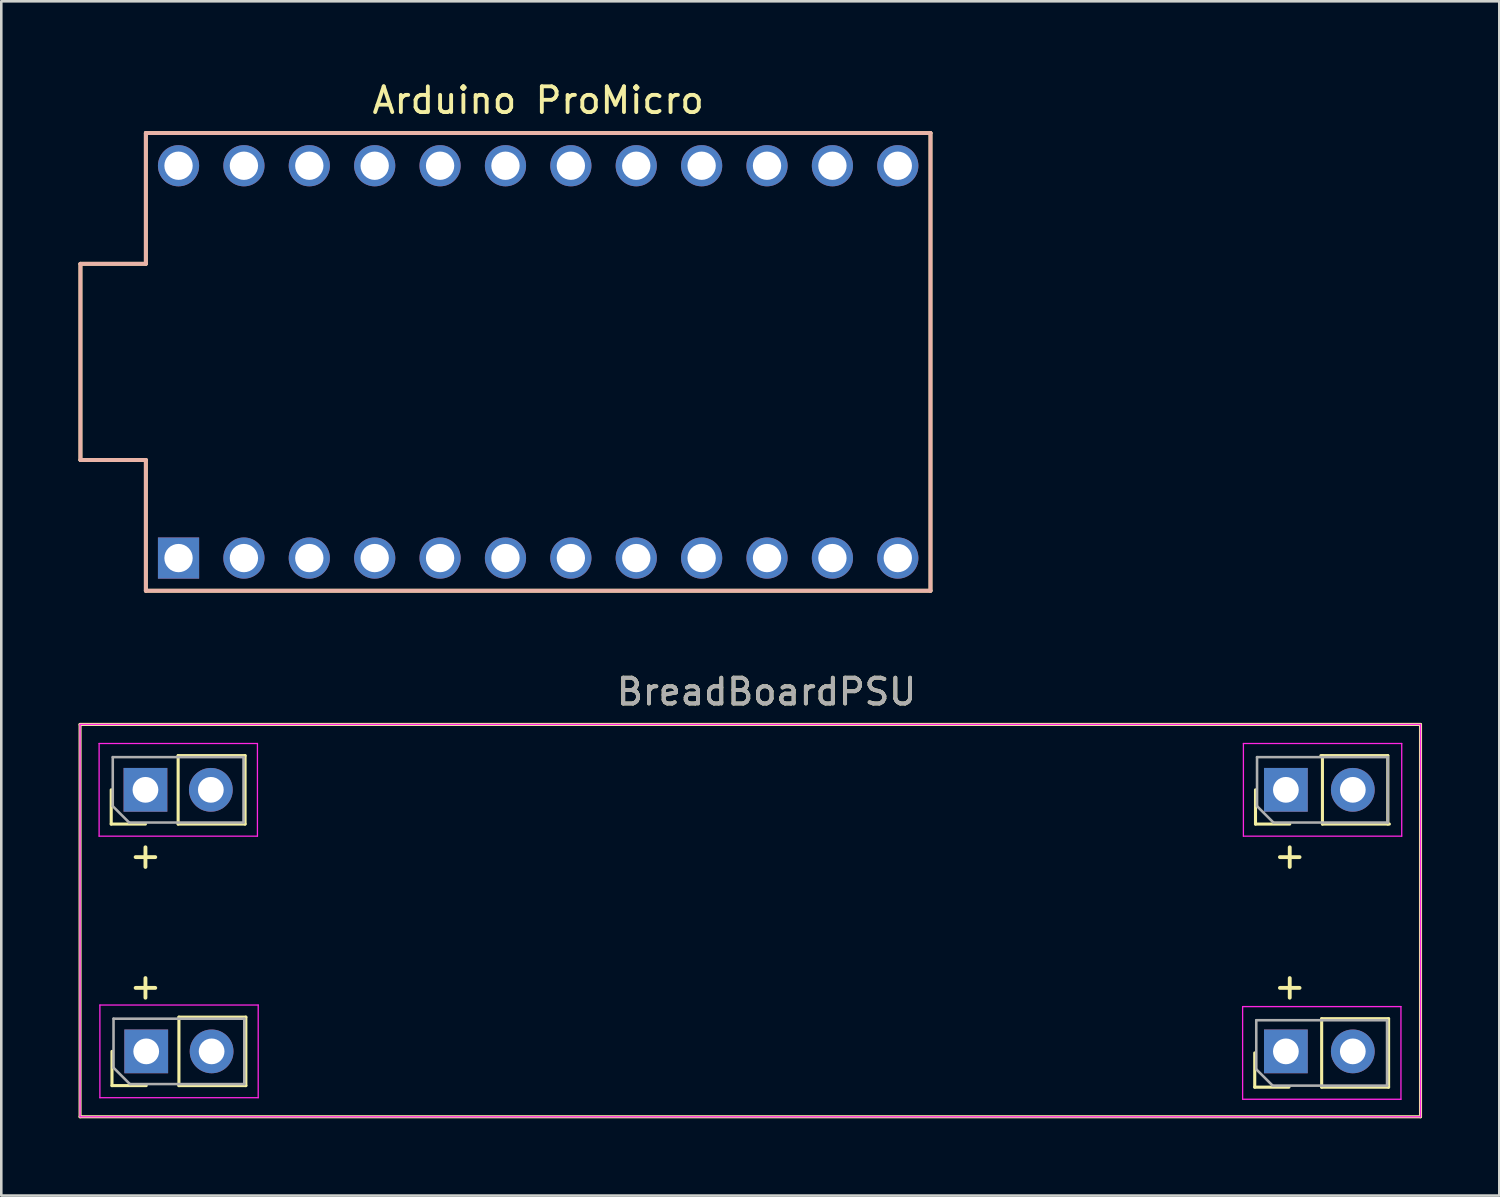
<source format=kicad_pcb>
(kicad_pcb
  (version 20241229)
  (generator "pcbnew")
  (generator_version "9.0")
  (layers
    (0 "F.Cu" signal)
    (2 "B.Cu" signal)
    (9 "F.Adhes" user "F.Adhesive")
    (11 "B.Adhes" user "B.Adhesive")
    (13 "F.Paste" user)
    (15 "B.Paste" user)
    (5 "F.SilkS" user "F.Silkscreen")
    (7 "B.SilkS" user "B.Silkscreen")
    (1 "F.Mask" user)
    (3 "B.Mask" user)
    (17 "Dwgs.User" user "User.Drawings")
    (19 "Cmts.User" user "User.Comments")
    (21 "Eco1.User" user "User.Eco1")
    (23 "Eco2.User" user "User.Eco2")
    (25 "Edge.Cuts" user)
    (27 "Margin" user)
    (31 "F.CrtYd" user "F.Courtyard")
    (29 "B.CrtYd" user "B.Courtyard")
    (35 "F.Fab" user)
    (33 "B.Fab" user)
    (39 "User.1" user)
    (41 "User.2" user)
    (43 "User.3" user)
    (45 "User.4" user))
  (footprint "Arduino ProMicro"
    (layer "F.Cu")
    (at 17.855 11.008)
    (property "Reference" "Arduino ProMicro" (at 0 -10.16 0) (layer "F.SilkS") (effects (font (size 1 1) (thickness 0.15))))
    (attr through_hole)
    (fp_line (start -17.78 -3.81) (end -15.24 -3.81) (stroke (width 0.15) (type solid)) (layer "F.SilkS"))
    (fp_line (start -17.78 3.81) (end -17.78 -3.81) (stroke (width 0.15) (type solid)) (layer "F.SilkS"))
    (fp_line (start -15.24 -8.89) (end 15.24 -8.89) (stroke (width 0.15) (type solid)) (layer "F.SilkS"))
    (fp_line (start -15.24 -3.81) (end -15.24 -8.89) (stroke (width 0.15) (type solid)) (layer "F.SilkS"))
    (fp_line (start -15.24 3.81) (end -17.78 3.81) (stroke (width 0.15) (type solid)) (layer "F.SilkS"))
    (fp_line (start -15.24 8.89) (end -15.24 3.81) (stroke (width 0.15) (type solid)) (layer "F.SilkS"))
    (fp_line (start -15.24 8.89) (end 15.24 8.89) (stroke (width 0.15) (type solid)) (layer "F.SilkS"))
    (fp_line (start 15.24 -8.89) (end 15.24 8.89) (stroke (width 0.15) (type solid)) (layer "F.SilkS"))
    (fp_line (start -17.78 -3.81) (end -15.24 -3.81) (stroke (width 0.15) (type solid)) (layer "B.SilkS"))
    (fp_line (start -17.78 3.81) (end -17.78 -3.81) (stroke (width 0.15) (type solid)) (layer "B.SilkS"))
    (fp_line (start -15.24 -8.89) (end 15.24 -8.89) (stroke (width 0.15) (type solid)) (layer "B.SilkS"))
    (fp_line (start -15.24 -3.81) (end -15.24 -8.89) (stroke (width 0.15) (type solid)) (layer "B.SilkS"))
    (fp_line (start -15.24 3.81) (end -17.78 3.81) (stroke (width 0.15) (type solid)) (layer "B.SilkS"))
    (fp_line (start -15.24 8.89) (end -15.24 3.81) (stroke (width 0.15) (type solid)) (layer "B.SilkS"))
    (fp_line (start 15.24 -8.89) (end 15.24 8.89) (stroke (width 0.15) (type solid)) (layer "B.SilkS"))
    (fp_line (start 15.24 8.89) (end -15.24 8.89) (stroke (width 0.15) (type solid)) (layer "B.SilkS"))
    (pad "1" thru_hole rect (at -13.97 7.62) (size 1.6 1.6) (drill 1.1) (layers "*.Cu" "*.Mask"))
    (pad "2" thru_hole circle (at -11.43 7.62) (size 1.6 1.6) (drill 1.1) (layers "*.Cu" "*.Mask"))
    (pad "3" thru_hole circle (at -8.89 7.62) (size 1.6 1.6) (drill 1.1) (layers "*.Cu" "*.Mask"))
    (pad "4" thru_hole circle (at -6.35 7.62) (size 1.6 1.6) (drill 1.1) (layers "*.Cu" "*.Mask"))
    (pad "5" thru_hole circle (at -3.81 7.62) (size 1.6 1.6) (drill 1.1) (layers "*.Cu" "*.Mask"))
    (pad "6" thru_hole circle (at -1.27 7.62) (size 1.6 1.6) (drill 1.1) (layers "*.Cu" "*.Mask"))
    (pad "7" thru_hole circle (at 1.27 7.62) (size 1.6 1.6) (drill 1.1) (layers "*.Cu" "*.Mask"))
    (pad "8" thru_hole circle (at 3.81 7.62) (size 1.6 1.6) (drill 1.1) (layers "*.Cu" "*.Mask"))
    (pad "9" thru_hole circle (at 6.35 7.62) (size 1.6 1.6) (drill 1.1) (layers "*.Cu" "*.Mask"))
    (pad "10" thru_hole circle (at 8.89 7.62) (size 1.6 1.6) (drill 1.1) (layers "*.Cu" "*.Mask"))
    (pad "11" thru_hole circle (at 11.43 7.62) (size 1.6 1.6) (drill 1.1) (layers "*.Cu" "*.Mask"))
    (pad "12" thru_hole circle (at 13.97 7.62) (size 1.6 1.6) (drill 1.1) (layers "*.Cu" "*.Mask"))
    (pad "13" thru_hole circle (at 13.97 -7.62) (size 1.6 1.6) (drill 1.1) (layers "*.Cu" "*.Mask"))
    (pad "14" thru_hole circle (at 11.43 -7.62) (size 1.6 1.6) (drill 1.1) (layers "*.Cu" "*.Mask"))
    (pad "15" thru_hole circle (at 8.89 -7.62) (size 1.6 1.6) (drill 1.1) (layers "*.Cu" "*.Mask"))
    (pad "16" thru_hole circle (at 6.35 -7.62) (size 1.6 1.6) (drill 1.1) (layers "*.Cu" "*.Mask"))
    (pad "17" thru_hole circle (at 3.81 -7.62) (size 1.6 1.6) (drill 1.1) (layers "*.Cu" "*.Mask"))
    (pad "18" thru_hole circle (at 1.27 -7.62) (size 1.6 1.6) (drill 1.1) (layers "*.Cu" "*.Mask"))
    (pad "19" thru_hole circle (at -1.27 -7.62) (size 1.6 1.6) (drill 1.1) (layers "*.Cu" "*.Mask"))
    (pad "20" thru_hole circle (at -3.81 -7.62) (size 1.6 1.6) (drill 1.1) (layers "*.Cu" "*.Mask"))
    (pad "21" thru_hole circle (at -6.35 -7.62) (size 1.6 1.6) (drill 1.1) (layers "*.Cu" "*.Mask"))
    (pad "22" thru_hole circle (at -8.89 -7.62) (size 1.6 1.6) (drill 1.1) (layers "*.Cu" "*.Mask"))
    (pad "23" thru_hole circle (at -11.43 -7.62) (size 1.6 1.6) (drill 1.1) (layers "*.Cu" "*.Mask"))
    (pad "24" thru_hole circle (at -13.97 -7.62) (size 1.6 1.6) (drill 1.1) (layers "*.Cu" "*.Mask")))
  (footprint "BreadBoardPSU"
    (layer "F.Cu")
    (at 2.6 27.631)
    (property "Reference" "BreadBoardPSU" (at 24.13 -3.81 0) (unlocked yes) (layer "F.SilkS") (effects (font (size 1 1) (thickness 0.15))))
    (attr through_hole)
    (fp_line (start -2.54 -2.54) (end -2.54 12.7) (stroke (width 0.12) (type solid)) (layer "F.SilkS"))
    (fp_line (start -2.54 12.7) (end 49.53 12.7) (stroke (width 0.12) (type solid)) (layer "F.SilkS"))
    (fp_line (start -1.33 1.33) (end -1.33 0) (stroke (width 0.12) (type solid)) (layer "F.SilkS"))
    (fp_line (start -1.3 11.49) (end -1.3 10.16) (stroke (width 0.12) (type solid)) (layer "F.SilkS"))
    (fp_line (start 0 1.33) (end -1.33 1.33) (stroke (width 0.12) (type solid)) (layer "F.SilkS"))
    (fp_line (start 0.03 11.49) (end -1.3 11.49) (stroke (width 0.12) (type solid)) (layer "F.SilkS"))
    (fp_line (start 1.27 -1.33) (end 3.87 -1.33) (stroke (width 0.12) (type solid)) (layer "F.SilkS"))
    (fp_line (start 1.27 1.33) (end 1.27 -1.33) (stroke (width 0.12) (type solid)) (layer "F.SilkS"))
    (fp_line (start 1.27 1.33) (end 3.87 1.33) (stroke (width 0.12) (type solid)) (layer "F.SilkS"))
    (fp_line (start 1.3 8.83) (end 3.9 8.83) (stroke (width 0.12) (type solid)) (layer "F.SilkS"))
    (fp_line (start 1.3 11.49) (end 1.3 8.83) (stroke (width 0.12) (type solid)) (layer "F.SilkS"))
    (fp_line (start 1.3 11.49) (end 3.9 11.49) (stroke (width 0.12) (type solid)) (layer "F.SilkS"))
    (fp_line (start 3.87 1.33) (end 3.87 -1.33) (stroke (width 0.12) (type solid)) (layer "F.SilkS"))
    (fp_line (start 3.9 11.49) (end 3.9 8.83) (stroke (width 0.12) (type solid)) (layer "F.SilkS"))
    (fp_line (start 43.09 11.55) (end 43.09 10.22) (stroke (width 0.12) (type solid)) (layer "F.SilkS"))
    (fp_line (start 43.12 1.33) (end 43.12 0) (stroke (width 0.12) (type solid)) (layer "F.SilkS"))
    (fp_line (start 44.42 11.55) (end 43.09 11.55) (stroke (width 0.12) (type solid)) (layer "F.SilkS"))
    (fp_line (start 44.45 1.33) (end 43.12 1.33) (stroke (width 0.12) (type solid)) (layer "F.SilkS"))
    (fp_line (start 45.66 -1.33) (end 48.26 -1.33) (stroke (width 0.12) (type solid)) (layer "F.SilkS"))
    (fp_line (start 45.69 8.89) (end 48.29 8.89) (stroke (width 0.12) (type solid)) (layer "F.SilkS"))
    (fp_line (start 45.69 11.55) (end 45.69 8.89) (stroke (width 0.12) (type solid)) (layer "F.SilkS"))
    (fp_line (start 45.69 11.55) (end 48.29 11.55) (stroke (width 0.12) (type solid)) (layer "F.SilkS"))
    (fp_line (start 45.72 1.33) (end 45.72 -1.33) (stroke (width 0.12) (type solid)) (layer "F.SilkS"))
    (fp_line (start 45.72 1.33) (end 48.32 1.33) (stroke (width 0.12) (type solid)) (layer "F.SilkS"))
    (fp_line (start 48.26 1.33) (end 48.26 -1.33) (stroke (width 0.12) (type solid)) (layer "F.SilkS"))
    (fp_line (start 48.29 11.55) (end 48.29 8.89) (stroke (width 0.12) (type solid)) (layer "F.SilkS"))
    (fp_line (start 49.53 -2.54) (end -2.54 -2.54) (stroke (width 0.12) (type solid)) (layer "F.SilkS"))
    (fp_line (start 49.53 12.7) (end 49.53 -2.54) (stroke (width 0.12) (type solid)) (layer "F.SilkS"))
    (fp_line (start -2.54 -2.54) (end -2.54 12.7) (stroke (width 0.05) (type solid)) (layer "F.CrtYd"))
    (fp_line (start -2.54 12.7) (end 49.53 12.7) (stroke (width 0.05) (type solid)) (layer "F.CrtYd"))
    (fp_line (start -1.8 -1.8) (end -1.8 1.8) (stroke (width 0.05) (type solid)) (layer "F.CrtYd"))
    (fp_line (start -1.8 1.8) (end 4.35 1.8) (stroke (width 0.05) (type solid)) (layer "F.CrtYd"))
    (fp_line (start -1.77 8.36) (end -1.77 11.96) (stroke (width 0.05) (type solid)) (layer "F.CrtYd"))
    (fp_line (start -1.77 11.96) (end 4.38 11.96) (stroke (width 0.05) (type solid)) (layer "F.CrtYd"))
    (fp_line (start 4.35 -1.8) (end -1.8 -1.8) (stroke (width 0.05) (type solid)) (layer "F.CrtYd"))
    (fp_line (start 4.35 1.8) (end 4.35 -1.8) (stroke (width 0.05) (type solid)) (layer "F.CrtYd"))
    (fp_line (start 4.38 8.36) (end -1.77 8.36) (stroke (width 0.05) (type solid)) (layer "F.CrtYd"))
    (fp_line (start 4.38 11.96) (end 4.38 8.36) (stroke (width 0.05) (type solid)) (layer "F.CrtYd"))
    (fp_line (start 42.62 8.42) (end 42.62 12.02) (stroke (width 0.05) (type solid)) (layer "F.CrtYd"))
    (fp_line (start 42.62 12.02) (end 48.77 12.02) (stroke (width 0.05) (type solid)) (layer "F.CrtYd"))
    (fp_line (start 42.65 -1.8) (end 42.65 1.8) (stroke (width 0.05) (type solid)) (layer "F.CrtYd"))
    (fp_line (start 42.65 1.8) (end 48.8 1.8) (stroke (width 0.05) (type solid)) (layer "F.CrtYd"))
    (fp_line (start 48.77 8.42) (end 42.62 8.42) (stroke (width 0.05) (type solid)) (layer "F.CrtYd"))
    (fp_line (start 48.77 12.02) (end 48.77 8.42) (stroke (width 0.05) (type solid)) (layer "F.CrtYd"))
    (fp_line (start 48.8 -1.8) (end 42.65 -1.8) (stroke (width 0.05) (type solid)) (layer "F.CrtYd"))
    (fp_line (start 48.8 1.8) (end 48.8 -1.8) (stroke (width 0.05) (type solid)) (layer "F.CrtYd"))
    (fp_line (start 49.53 -2.54) (end -2.54 -2.54) (stroke (width 0.05) (type solid)) (layer "F.CrtYd"))
    (fp_line (start 49.53 12.7) (end 49.53 -2.54) (stroke (width 0.05) (type solid)) (layer "F.CrtYd"))
    (fp_line (start -1.27 -1.27) (end 3.81 -1.27) (stroke (width 0.1) (type solid)) (layer "F.Fab"))
    (fp_line (start -1.27 0.635) (end -1.27 -1.27) (stroke (width 0.1) (type solid)) (layer "F.Fab"))
    (fp_line (start -1.24 8.89) (end 3.84 8.89) (stroke (width 0.1) (type solid)) (layer "F.Fab"))
    (fp_line (start -1.24 10.795) (end -1.24 8.89) (stroke (width 0.1) (type solid)) (layer "F.Fab"))
    (fp_line (start -0.635 1.27) (end -1.27 0.635) (stroke (width 0.1) (type solid)) (layer "F.Fab"))
    (fp_line (start -0.605 11.43) (end -1.24 10.795) (stroke (width 0.1) (type solid)) (layer "F.Fab"))
    (fp_line (start 3.81 -1.27) (end 3.81 1.27) (stroke (width 0.1) (type solid)) (layer "F.Fab"))
    (fp_line (start 3.81 1.27) (end -0.635 1.27) (stroke (width 0.1) (type solid)) (layer "F.Fab"))
    (fp_line (start 3.84 8.89) (end 3.84 11.43) (stroke (width 0.1) (type solid)) (layer "F.Fab"))
    (fp_line (start 3.84 11.43) (end -0.605 11.43) (stroke (width 0.1) (type solid)) (layer "F.Fab"))
    (fp_line (start 43.15 8.95) (end 48.23 8.95) (stroke (width 0.1) (type solid)) (layer "F.Fab"))
    (fp_line (start 43.15 10.855) (end 43.15 8.95) (stroke (width 0.1) (type solid)) (layer "F.Fab"))
    (fp_line (start 43.18 -1.27) (end 48.26 -1.27) (stroke (width 0.1) (type solid)) (layer "F.Fab"))
    (fp_line (start 43.18 0.635) (end 43.18 -1.27) (stroke (width 0.1) (type solid)) (layer "F.Fab"))
    (fp_line (start 43.785 11.49) (end 43.15 10.855) (stroke (width 0.1) (type solid)) (layer "F.Fab"))
    (fp_line (start 43.815 1.27) (end 43.18 0.635) (stroke (width 0.1) (type solid)) (layer "F.Fab"))
    (fp_line (start 48.23 8.95) (end 48.23 11.49) (stroke (width 0.1) (type solid)) (layer "F.Fab"))
    (fp_line (start 48.23 11.49) (end 43.785 11.49) (stroke (width 0.1) (type solid)) (layer "F.Fab"))
    (fp_line (start 48.26 -1.27) (end 48.26 1.27) (stroke (width 0.1) (type solid)) (layer "F.Fab"))
    (fp_line (start 48.26 1.27) (end 43.815 1.27) (stroke (width 0.1) (type solid)) (layer "F.Fab"))
    (fp_text user "+" (at 0 2.54 0) (unlocked yes) (layer "F.SilkS") (effects (font (size 1 1) (thickness 0.15))))
    (fp_text user "+" (at 44.45 2.54 0) (unlocked yes) (layer "F.SilkS") (effects (font (size 1 1) (thickness 0.15))))
    (fp_text user "+" (at 0 7.62 0) (unlocked yes) (layer "F.SilkS") (effects (font (size 1 1) (thickness 0.15))))
    (fp_text user "+" (at 44.45 7.62 0) (unlocked yes) (layer "F.SilkS") (effects (font (size 1 1) (thickness 0.15))))
    (fp_text user "${REFERENCE}" (at 24.13 -3.81 0) (unlocked yes) (layer "F.Fab") (effects (font (size 1 1) (thickness 0.15))))
    (pad "1" thru_hole rect (at 0 0 90) (size 1.7 1.7) (drill 1) (layers "*.Cu" "*.Mask"))
    (pad "2" thru_hole oval (at 2.54 0 90) (size 1.7 1.7) (drill 1) (layers "*.Cu" "*.Mask"))
    (pad "3" thru_hole rect (at 0.03 10.16 90) (size 1.7 1.7) (drill 1) (layers "*.Cu" "*.Mask"))
    (pad "4" thru_hole oval (at 2.57 10.16 90) (size 1.7 1.7) (drill 1) (layers "*.Cu" "*.Mask"))
    (pad "5" thru_hole rect (at 44.3 0 90) (size 1.7 1.7) (drill 1) (layers "*.Cu" "*.Mask"))
    (pad "6" thru_hole oval (at 46.9 0 90) (size 1.7 1.7) (drill 1) (layers "*.Cu" "*.Mask"))
    (pad "7" thru_hole rect (at 44.3 10.16 90) (size 1.7 1.7) (drill 1) (layers "*.Cu" "*.Mask"))
    (pad "8" thru_hole oval (at 46.9 10.16 90) (size 1.7 1.7) (drill 1) (layers "*.Cu" "*.Mask")))
  (gr_rect
    (start -3 -3)
    (end 55.19 43.392)
    (stroke (width 0.1) (type default))
    (fill no)
    (layer "Edge.Cuts")))
</source>
